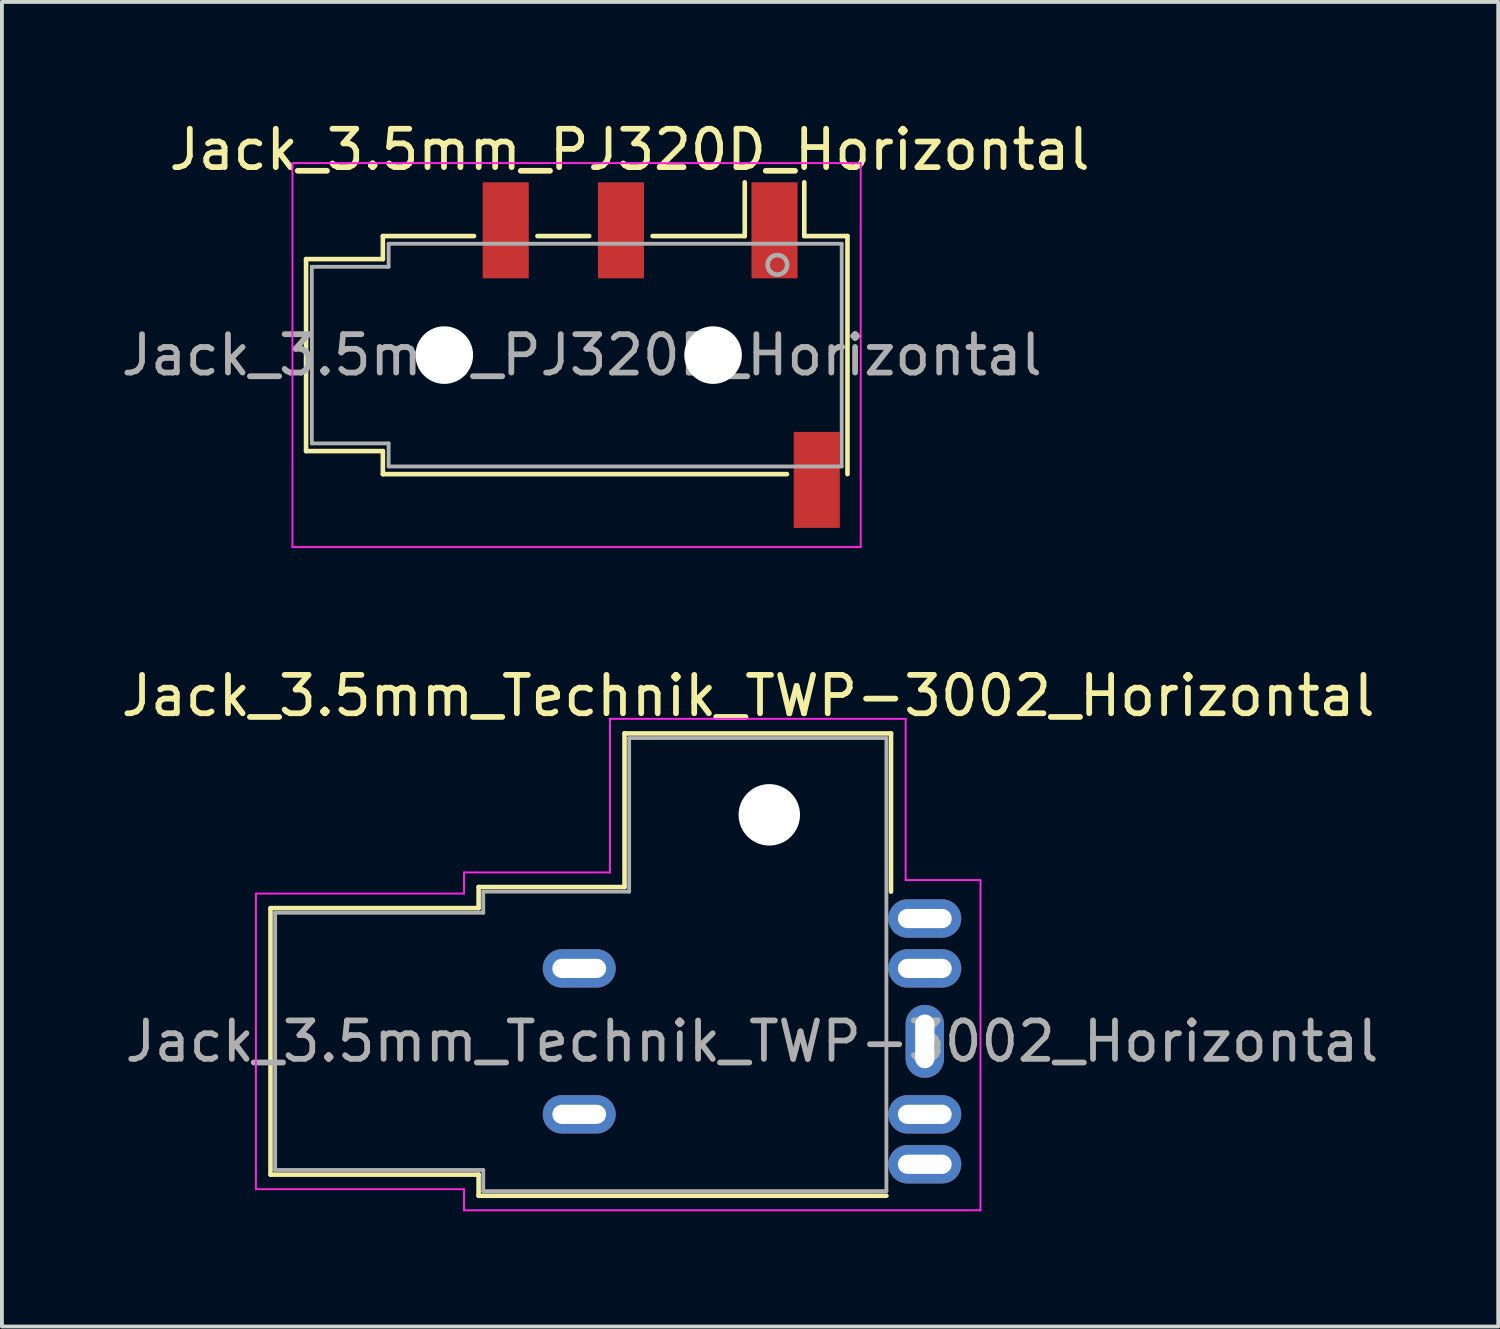
<source format=kicad_pcb>
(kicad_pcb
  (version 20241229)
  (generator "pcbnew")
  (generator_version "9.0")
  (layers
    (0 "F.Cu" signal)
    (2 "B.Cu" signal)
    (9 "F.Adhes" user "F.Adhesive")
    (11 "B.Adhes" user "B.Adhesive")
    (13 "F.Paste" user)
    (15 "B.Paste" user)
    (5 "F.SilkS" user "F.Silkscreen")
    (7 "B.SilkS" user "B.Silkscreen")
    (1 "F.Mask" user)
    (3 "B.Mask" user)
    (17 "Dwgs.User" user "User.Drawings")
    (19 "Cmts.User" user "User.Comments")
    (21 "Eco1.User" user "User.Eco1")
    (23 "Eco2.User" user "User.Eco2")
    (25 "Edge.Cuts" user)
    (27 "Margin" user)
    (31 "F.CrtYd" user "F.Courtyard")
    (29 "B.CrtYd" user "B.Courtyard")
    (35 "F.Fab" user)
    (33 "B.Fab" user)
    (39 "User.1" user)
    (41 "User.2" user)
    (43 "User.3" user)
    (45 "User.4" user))
  (footprint "Jack_3.5mm_PJ320D_Horizontal"
    (layer "F.Cu")
    (at 13.296 6.198)
    (property "Reference" "Jack_3.5mm_PJ320D_Horizontal" (at 0.05 -5.35 0) (layer "F.SilkS") (effects (font (size 1 1) (thickness 0.15))))
    (attr smd)
    (fp_line (start -8.375 -2.5) (end -8.375 2.5) (stroke (width 0.12) (type solid)) (layer "F.SilkS"))
    (fp_line (start -6.375 -3.1) (end -6.375 -2.5) (stroke (width 0.12) (type solid)) (layer "F.SilkS"))
    (fp_line (start -6.375 -3.1) (end -4 -3.1) (stroke (width 0.12) (type solid)) (layer "F.SilkS"))
    (fp_line (start -6.375 -2.5) (end -8.375 -2.5) (stroke (width 0.12) (type solid)) (layer "F.SilkS"))
    (fp_line (start -6.375 2.5) (end -8.375 2.5) (stroke (width 0.12) (type solid)) (layer "F.SilkS"))
    (fp_line (start -6.375 2.5) (end -6.375 3.1) (stroke (width 0.12) (type solid)) (layer "F.SilkS"))
    (fp_line (start -2.35 -3.1) (end -1 -3.1) (stroke (width 0.12) (type solid)) (layer "F.SilkS"))
    (fp_line (start 0.65 -3.1) (end 3.05 -3.1) (stroke (width 0.12) (type solid)) (layer "F.SilkS"))
    (fp_line (start 3.05 -3.1) (end 3.05 -4.5) (stroke (width 0.12) (type solid)) (layer "F.SilkS"))
    (fp_line (start 4.15 3.1) (end -6.375 3.1) (stroke (width 0.12) (type solid)) (layer "F.SilkS"))
    (fp_line (start 4.6 -3.1) (end 4.6 -4.5) (stroke (width 0.12) (type solid)) (layer "F.SilkS"))
    (fp_line (start 4.6 -3.1) (end 5.725 -3.1) (stroke (width 0.12) (type solid)) (layer "F.SilkS"))
    (fp_line (start 5.725 3.1) (end 5.725 -3.1) (stroke (width 0.12) (type solid)) (layer "F.SilkS"))
    (fp_line (start -8.73 -5) (end 6.07 -5) (stroke (width 0.05) (type solid)) (layer "F.CrtYd"))
    (fp_line (start -8.73 5) (end -8.73 -5) (stroke (width 0.05) (type solid)) (layer "F.CrtYd"))
    (fp_line (start -8.73 5) (end 6.07 5) (stroke (width 0.05) (type solid)) (layer "F.CrtYd"))
    (fp_line (start 6.07 5) (end 6.07 -5) (stroke (width 0.05) (type solid)) (layer "F.CrtYd"))
    (fp_line (start -8.225 -2.3) (end -6.225 -2.3) (stroke (width 0.1) (type solid)) (layer "F.Fab"))
    (fp_line (start -8.225 2.3) (end -8.225 -2.3) (stroke (width 0.1) (type solid)) (layer "F.Fab"))
    (fp_line (start -6.225 -2.9) (end 5.575 -2.9) (stroke (width 0.1) (type solid)) (layer "F.Fab"))
    (fp_line (start -6.225 -2.3) (end -6.225 -2.9) (stroke (width 0.1) (type solid)) (layer "F.Fab"))
    (fp_line (start -6.225 2.3) (end -8.225 2.3) (stroke (width 0.1) (type solid)) (layer "F.Fab"))
    (fp_line (start -6.225 2.9) (end -6.225 2.3) (stroke (width 0.1) (type solid)) (layer "F.Fab"))
    (fp_line (start 5.575 -2.9) (end 5.575 2.9) (stroke (width 0.1) (type solid)) (layer "F.Fab"))
    (fp_line (start 5.575 2.9) (end -6.225 2.9) (stroke (width 0.1) (type solid)) (layer "F.Fab"))
    (fp_circle (center 3.9 -2.35) (end 3.95 -2.1) (stroke (width 0.12) (type solid)) (fill no) (layer "F.Fab"))
    (fp_text user "${REFERENCE}" (at -1.195 0 0) (layer "F.Fab") (effects (font (size 1 1) (thickness 0.15))))
    (pad "" np_thru_hole circle (at -4.775 0) (size 1.5 1.5) (drill 1.5) (layers "*.Cu" "*.Mask"))
    (pad "" np_thru_hole circle (at 2.225 0) (size 1.5 1.5) (drill 1.5) (layers "*.Cu" "*.Mask"))
    (pad "R1" smd rect (at -0.175 -3.25) (size 1.2 2.5) (layers "F.Cu" "F.Mask" "F.Paste"))
    (pad "R2" smd rect (at -3.175 -3.25) (size 1.2 2.5) (layers "F.Cu" "F.Mask" "F.Paste"))
    (pad "S" smd rect (at 4.925 3.25) (size 1.2 2.5) (layers "F.Cu" "F.Mask" "F.Paste"))
    (pad "T" smd rect (at 3.825 -3.25) (size 1.2 2.5) (layers "F.Cu" "F.Mask" "F.Paste")))
  (footprint "Jack_3.5mm_Technik_TWP-3002_Horizontal"
    (layer "F.Cu")
    (at 21.035 25.971)
    (property "Reference" "Jack_3.5mm_Technik_TWP-3002_Horizontal" (at -4.6 -10.9 0) (layer "F.SilkS") (effects (font (size 1 1) (thickness 0.15))))
    (attr through_hole)
    (fp_line (start -17.04 -5.37) (end -17.04 1.57) (stroke (width 0.12) (type solid)) (layer "F.SilkS"))
    (fp_line (start -17.04 1.57) (end -11.62 1.57) (stroke (width 0.12) (type solid)) (layer "F.SilkS"))
    (fp_line (start -11.62 -5.92) (end -11.62 -5.37) (stroke (width 0.12) (type solid)) (layer "F.SilkS"))
    (fp_line (start -11.62 -5.37) (end -17.04 -5.37) (stroke (width 0.12) (type solid)) (layer "F.SilkS"))
    (fp_line (start -11.62 1.57) (end -11.62 2.12) (stroke (width 0.12) (type solid)) (layer "F.SilkS"))
    (fp_line (start -11.62 2.12) (end -1 2.12) (stroke (width 0.12) (type solid)) (layer "F.SilkS"))
    (fp_line (start -7.82 -9.92) (end -7.82 -5.92) (stroke (width 0.12) (type solid)) (layer "F.SilkS"))
    (fp_line (start -7.82 -5.92) (end -11.62 -5.92) (stroke (width 0.12) (type solid)) (layer "F.SilkS"))
    (fp_line (start -0.88 -9.92) (end -7.82 -9.92) (stroke (width 0.12) (type solid)) (layer "F.SilkS"))
    (fp_line (start -0.88 -5.8) (end -0.88 -9.92) (stroke (width 0.12) (type solid)) (layer "F.SilkS"))
    (fp_line (start -17.42 -5.75) (end -12 -5.75) (stroke (width 0.05) (type solid)) (layer "F.CrtYd"))
    (fp_line (start -17.42 1.95) (end -17.42 -5.75) (stroke (width 0.05) (type solid)) (layer "F.CrtYd"))
    (fp_line (start -12 -6.3) (end -8.2 -6.3) (stroke (width 0.05) (type solid)) (layer "F.CrtYd"))
    (fp_line (start -12 -5.75) (end -12 -6.3) (stroke (width 0.05) (type solid)) (layer "F.CrtYd"))
    (fp_line (start -12 1.95) (end -17.42 1.95) (stroke (width 0.05) (type solid)) (layer "F.CrtYd"))
    (fp_line (start -12 1.95) (end -12 2.5) (stroke (width 0.05) (type solid)) (layer "F.CrtYd"))
    (fp_line (start -8.2 -10.3) (end -8.2 -6.3) (stroke (width 0.05) (type solid)) (layer "F.CrtYd"))
    (fp_line (start -8.2 -10.3) (end -0.5 -10.3) (stroke (width 0.05) (type solid)) (layer "F.CrtYd"))
    (fp_line (start -0.5 -10.3) (end -0.5 -6.1) (stroke (width 0.05) (type solid)) (layer "F.CrtYd"))
    (fp_line (start -0.5 -6.1) (end 1.45 -6.1) (stroke (width 0.05) (type solid)) (layer "F.CrtYd"))
    (fp_line (start 1.45 -6.1) (end 1.45 2.5) (stroke (width 0.05) (type solid)) (layer "F.CrtYd"))
    (fp_line (start 1.45 2.5) (end -12 2.5) (stroke (width 0.05) (type solid)) (layer "F.CrtYd"))
    (fp_line (start -16.92 -5.25) (end -16.92 1.45) (stroke (width 0.1) (type solid)) (layer "F.Fab"))
    (fp_line (start -16.92 1.45) (end -11.5 1.45) (stroke (width 0.1) (type solid)) (layer "F.Fab"))
    (fp_line (start -11.5 -5.8) (end -11.5 -5.25) (stroke (width 0.1) (type solid)) (layer "F.Fab"))
    (fp_line (start -11.5 -5.25) (end -16.92 -5.25) (stroke (width 0.1) (type solid)) (layer "F.Fab"))
    (fp_line (start -11.5 1.45) (end -11.5 2) (stroke (width 0.1) (type solid)) (layer "F.Fab"))
    (fp_line (start -11.5 2) (end -1 2) (stroke (width 0.1) (type solid)) (layer "F.Fab"))
    (fp_line (start -7.7 -9.8) (end -7.7 -5.8) (stroke (width 0.1) (type solid)) (layer "F.Fab"))
    (fp_line (start -7.7 -5.8) (end -11.5 -5.8) (stroke (width 0.1) (type solid)) (layer "F.Fab"))
    (fp_line (start -1 -9.8) (end -7.7 -9.8) (stroke (width 0.1) (type solid)) (layer "F.Fab"))
    (fp_line (start -1 2) (end -1 -9.8) (stroke (width 0.1) (type solid)) (layer "F.Fab"))
    (fp_text user "${REFERENCE}" (at -4.5 -1.9 0) (layer "F.Fab") (effects (font (size 1 1) (thickness 0.15))))
    (pad "" np_thru_hole circle (at -4.05 -7.8) (size 1.6 1.6) (drill 1.6) (layers "*.Cu" "*.Mask"))
    (pad "G" thru_hole oval (at -9 -3.8) (size 1.9 1) (drill oval 1.4 0.5) (layers "*.Cu" "*.Mask"))
    (pad "G" thru_hole oval (at -9 0) (size 1.9 1) (drill oval 1.4 0.5) (layers "*.Cu" "*.Mask"))
    (pad "R1" thru_hole oval (at 0 -3.8) (size 1.9 1) (drill oval 1.4 0.5) (layers "*.Cu" "*.Mask"))
    (pad "R2" thru_hole oval (at 0 -1.9) (size 1 1.9) (drill oval 0.5 1.4) (layers "*.Cu" "*.Mask"))
    (pad "R3" thru_hole oval (at 0 -5.1) (size 1.9 1) (drill oval 1.4 0.5) (layers "*.Cu" "*.Mask"))
    (pad "S" thru_hole oval (at 0 1.3) (size 1.9 1) (drill oval 1.4 0.5) (layers "*.Cu" "*.Mask"))
    (pad "T" thru_hole oval (at 0 0) (size 1.9 1) (drill oval 1.4 0.5) (layers "*.Cu" "*.Mask")))
  (gr_rect
    (start -3 -3)
    (end 35.969 31.497)
    (stroke (width 0.1) (type default))
    (fill no)
    (layer "Edge.Cuts")))
</source>
